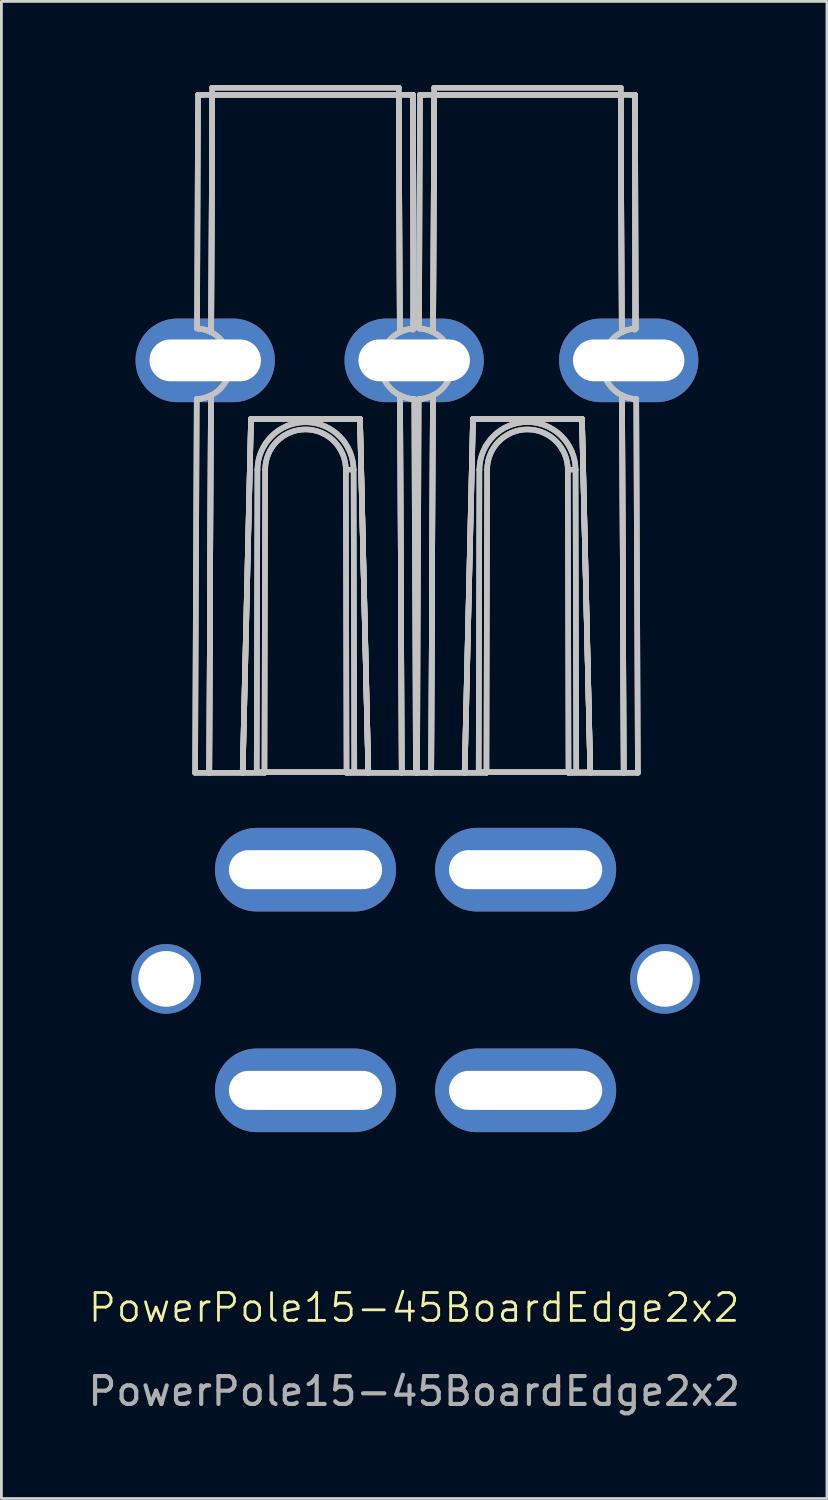
<source format=kicad_pcb>
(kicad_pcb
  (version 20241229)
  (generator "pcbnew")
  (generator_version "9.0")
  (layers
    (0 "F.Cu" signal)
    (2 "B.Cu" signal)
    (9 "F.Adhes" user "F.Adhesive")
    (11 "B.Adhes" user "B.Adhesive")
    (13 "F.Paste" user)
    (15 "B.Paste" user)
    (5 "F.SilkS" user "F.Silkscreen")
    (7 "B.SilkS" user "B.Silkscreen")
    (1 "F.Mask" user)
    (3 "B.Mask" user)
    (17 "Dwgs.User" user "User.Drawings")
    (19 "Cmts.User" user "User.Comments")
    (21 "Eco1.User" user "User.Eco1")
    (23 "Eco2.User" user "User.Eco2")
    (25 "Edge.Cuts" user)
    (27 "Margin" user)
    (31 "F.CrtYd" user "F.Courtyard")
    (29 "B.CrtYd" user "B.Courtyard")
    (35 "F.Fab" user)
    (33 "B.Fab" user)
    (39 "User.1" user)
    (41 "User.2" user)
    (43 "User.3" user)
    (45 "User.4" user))
  (footprint "PowerPole15-45BoardEdge2x2"
    (layer "F.Cu")
    (at 7.915 36.084)
    (property "Reference" "PowerPole15-45BoardEdge2x2" (at 3.9 7.8 0) (unlocked yes) (layer "F.SilkS") (effects (font (size 1 1) (thickness 0.1))))
    (attr board_only exclude_from_pos_files exclude_from_bom)
    (fp_line (start -3.962 -11.397) (end -3.904 -24.81) (stroke (width 0.2) (type default)) (layer "Dwgs.User"))
    (fp_line (start -3.962 -11.397) (end -3.454 -11.397) (stroke (width 0.2) (type default)) (layer "Dwgs.User"))
    (fp_line (start -3.962 -11.397) (end -3.454 -11.397) (stroke (width 0.2) (type default)) (layer "Dwgs.User"))
    (fp_line (start -3.904 -24.81) (end -3.962 -11.397) (stroke (width 0.2) (type default)) (layer "Dwgs.User"))
    (fp_line (start -3.893 -27.346) (end -3.856 -35.732) (stroke (width 0.2) (type default)) (layer "Dwgs.User"))
    (fp_line (start -3.865 -24.812) (end -3.755 -24.825) (stroke (width 0.2) (type default)) (layer "Dwgs.User"))
    (fp_line (start -3.856 -35.732) (end -3.893 -27.346) (stroke (width 0.2) (type default)) (layer "Dwgs.User"))
    (fp_line (start -3.854 -27.344) (end -3.745 -27.33) (stroke (width 0.2) (type default)) (layer "Dwgs.User"))
    (fp_line (start -3.756 -24.825) (end -3.865 -24.812) (stroke (width 0.2) (type default)) (layer "Dwgs.User"))
    (fp_line (start -3.755 -24.825) (end -3.585 -24.866) (stroke (width 0.2) (type default)) (layer "Dwgs.User"))
    (fp_line (start -3.745 -27.33) (end -3.575 -27.288) (stroke (width 0.2) (type default)) (layer "Dwgs.User"))
    (fp_line (start -3.744 -27.329) (end -3.854 -27.344) (stroke (width 0.2) (type default)) (layer "Dwgs.User"))
    (fp_line (start -3.707 -35.732) (end -3.856 -35.732) (stroke (width 0.2) (type default)) (layer "Dwgs.User"))
    (fp_line (start -3.707 -35.732) (end -3.856 -35.732) (stroke (width 0.2) (type default)) (layer "Dwgs.User"))
    (fp_line (start -3.586 -24.866) (end -3.756 -24.825) (stroke (width 0.2) (type default)) (layer "Dwgs.User"))
    (fp_line (start -3.585 -24.866) (end -3.395 -24.942) (stroke (width 0.2) (type default)) (layer "Dwgs.User"))
    (fp_line (start -3.575 -27.288) (end -3.385 -27.21) (stroke (width 0.2) (type default)) (layer "Dwgs.User"))
    (fp_line (start -3.575 -27.288) (end -3.744 -27.329) (stroke (width 0.2) (type default)) (layer "Dwgs.User"))
    (fp_line (start -3.454 -11.397) (end -3.395 -24.942) (stroke (width 0.2) (type default)) (layer "Dwgs.User"))
    (fp_line (start -3.454 -11.397) (end -2.255 -11.397) (stroke (width 0.2) (type default)) (layer "Dwgs.User"))
    (fp_line (start -3.454 -11.397) (end -3.395 -24.942) (stroke (width 0.2) (type default)) (layer "Dwgs.User"))
    (fp_line (start -3.395 -24.942) (end -3.586 -24.866) (stroke (width 0.2) (type default)) (layer "Dwgs.User"))
    (fp_line (start -3.395 -24.942) (end -3.454 -11.397) (stroke (width 0.2) (type default)) (layer "Dwgs.User"))
    (fp_line (start -3.395 -24.942) (end -3.454 -11.397) (stroke (width 0.2) (type default)) (layer "Dwgs.User"))
    (fp_line (start -3.385 -27.21) (end -3.575 -27.288) (stroke (width 0.2) (type default)) (layer "Dwgs.User"))
    (fp_line (start -3.385 -27.21) (end -3.348 -35.732) (stroke (width 0.2) (type default)) (layer "Dwgs.User"))
    (fp_line (start -3.385 -27.21) (end -3.348 -35.732) (stroke (width 0.2) (type default)) (layer "Dwgs.User"))
    (fp_line (start -3.348 -35.984) (end 3.348 -35.984) (stroke (width 0.2) (type default)) (layer "Dwgs.User"))
    (fp_line (start -3.348 -35.732) (end -3.707 -35.732) (stroke (width 0.2) (type default)) (layer "Dwgs.User"))
    (fp_line (start -3.348 -35.732) (end -3.385 -27.21) (stroke (width 0.2) (type default)) (layer "Dwgs.User"))
    (fp_line (start -3.348 -35.732) (end -3.348 -35.984) (stroke (width 0.2) (type default)) (layer "Dwgs.User"))
    (fp_line (start -3.348 -35.984) (end 3.348 -35.984) (stroke (width 0.2) (type default)) (layer "Dwgs.User"))
    (fp_line (start -3.348 -35.732) (end -3.707 -35.732) (stroke (width 0.2) (type default)) (layer "Dwgs.User"))
    (fp_line (start -3.348 -35.732) (end -3.385 -27.21) (stroke (width 0.2) (type default)) (layer "Dwgs.User"))
    (fp_line (start -3.348 -35.732) (end -3.348 -35.984) (stroke (width 0.2) (type default)) (layer "Dwgs.User"))
    (fp_line (start -3.348 -35.732) (end 3.348 -35.732) (stroke (width 0.2) (type default)) (layer "Dwgs.User"))
    (fp_line (start -2.255 -11.397) (end -1.956 -24.097) (stroke (width 0.2) (type default)) (layer "Dwgs.User"))
    (fp_line (start -2.255 -11.397) (end -1.473 -11.397) (stroke (width 0.2) (type default)) (layer "Dwgs.User"))
    (fp_line (start -2.255 -11.397) (end -3.454 -11.397) (stroke (width 0.2) (type default)) (layer "Dwgs.User"))
    (fp_line (start -2.255 -11.397) (end -1.956 -24.097) (stroke (width 0.2) (type default)) (layer "Dwgs.User"))
    (fp_line (start -1.956 -24.097) (end -2.255 -11.397) (stroke (width 0.2) (type default)) (layer "Dwgs.User"))
    (fp_line (start -1.956 -24.097) (end -2.255 -11.397) (stroke (width 0.2) (type default)) (layer "Dwgs.User"))
    (fp_line (start -1.956 -24.097) (end 1.956 -24.097) (stroke (width 0.2) (type default)) (layer "Dwgs.User"))
    (fp_line (start -1.956 -24.097) (end 1.956 -24.097) (stroke (width 0.2) (type default)) (layer "Dwgs.User"))
    (fp_line (start -1.751 -11.423) (end 2.254 -11.423) (stroke (width 0.2) (type default)) (layer "Dwgs.User"))
    (fp_line (start -1.751 -11.423) (end 1.751 -11.423) (stroke (width 0.2) (type default)) (layer "Dwgs.User"))
    (fp_line (start -1.726 -22.274) (end -1.751 -11.423) (stroke (width 0.2) (type default)) (layer "Dwgs.User"))
    (fp_line (start -1.726 -22.274) (end -1.751 -11.423) (stroke (width 0.2) (type default)) (layer "Dwgs.User"))
    (fp_line (start -1.726 -22.274) (end -1.726 -22.274) (stroke (width 0.2) (type default)) (layer "Dwgs.User"))
    (fp_line (start -1.651 -8.4) (end -1.651 -7.359) (stroke (width 0.2) (type default)) (layer "Dwgs.User"))
    (fp_line (start -1.651 -7.359) (end 1.651 -7.359) (stroke (width 0.2) (type default)) (layer "Dwgs.User"))
    (fp_line (start -1.651 -0.45) (end 1.651 -0.45) (stroke (width 0.2) (type default)) (layer "Dwgs.User"))
    (fp_line (start -1.651 0.592) (end -1.651 -0.45) (stroke (width 0.2) (type default)) (layer "Dwgs.User"))
    (fp_line (start -1.473 -11.397) (end -2.255 -11.397) (stroke (width 0.2) (type default)) (layer "Dwgs.User"))
    (fp_line (start -1.473 -11.397) (end -1.448 -22.273) (stroke (width 0.2) (type default)) (layer "Dwgs.User"))
    (fp_line (start -1.448 -22.273) (end -1.473 -11.397) (stroke (width 0.2) (type default)) (layer "Dwgs.User"))
    (fp_line (start 1.448 -22.273) (end 1.473 -11.397) (stroke (width 0.2) (type default)) (layer "Dwgs.User"))
    (fp_line (start 1.448 -22.273) (end 1.726 -22.274) (stroke (width 0.2) (type default)) (layer "Dwgs.User"))
    (fp_line (start 1.473 -11.397) (end 1.448 -22.273) (stroke (width 0.2) (type default)) (layer "Dwgs.User"))
    (fp_line (start 1.473 -11.397) (end 2.255 -11.397) (stroke (width 0.2) (type default)) (layer "Dwgs.User"))
    (fp_line (start 1.651 -8.4) (end -1.651 -8.4) (stroke (width 0.2) (type default)) (layer "Dwgs.User"))
    (fp_line (start 1.651 -7.359) (end 1.651 -8.4) (stroke (width 0.2) (type default)) (layer "Dwgs.User"))
    (fp_line (start 1.651 -0.45) (end 1.651 0.592) (stroke (width 0.2) (type default)) (layer "Dwgs.User"))
    (fp_line (start 1.651 0.592) (end -1.651 0.592) (stroke (width 0.2) (type default)) (layer "Dwgs.User"))
    (fp_line (start 1.751 -11.423) (end 1.473 -11.397) (stroke (width 0.2) (type default)) (layer "Dwgs.User"))
    (fp_line (start 1.751 -11.423) (end 1.726 -22.274) (stroke (width 0.2) (type default)) (layer "Dwgs.User"))
    (fp_line (start 1.751 -11.423) (end 1.726 -22.274) (stroke (width 0.2) (type default)) (layer "Dwgs.User"))
    (fp_line (start 1.956 -24.097) (end -1.956 -24.097) (stroke (width 0.2) (type default)) (layer "Dwgs.User"))
    (fp_line (start 1.956 -24.097) (end -1.956 -24.097) (stroke (width 0.2) (type default)) (layer "Dwgs.User"))
    (fp_line (start 1.956 -24.097) (end 2.255 -11.397) (stroke (width 0.2) (type default)) (layer "Dwgs.User"))
    (fp_line (start 1.956 -24.097) (end 2.255 -11.397) (stroke (width 0.2) (type default)) (layer "Dwgs.User"))
    (fp_line (start 1.956 -24.097) (end 2.255 -11.397) (stroke (width 0.2) (type default)) (layer "Dwgs.User"))
    (fp_line (start 2.254 -11.423) (end 1.956 -24.097) (stroke (width 0.2) (type default)) (layer "Dwgs.User"))
    (fp_line (start 2.255 -11.397) (end 1.473 -11.397) (stroke (width 0.2) (type default)) (layer "Dwgs.User"))
    (fp_line (start 2.255 -11.397) (end 1.956 -24.097) (stroke (width 0.2) (type default)) (layer "Dwgs.User"))
    (fp_line (start 2.255 -11.397) (end 3.454 -11.397) (stroke (width 0.2) (type default)) (layer "Dwgs.User"))
    (fp_line (start 3.348 -35.984) (end 3.348 -35.732) (stroke (width 0.2) (type default)) (layer "Dwgs.User"))
    (fp_line (start 3.348 -35.984) (end 3.348 -35.732) (stroke (width 0.2) (type default)) (layer "Dwgs.User"))
    (fp_line (start 3.348 -35.732) (end -3.348 -35.732) (stroke (width 0.2) (type default)) (layer "Dwgs.User"))
    (fp_line (start 3.348 -35.732) (end -3.348 -35.732) (stroke (width 0.2) (type default)) (layer "Dwgs.User"))
    (fp_line (start 3.348 -35.732) (end -3.348 -35.732) (stroke (width 0.2) (type default)) (layer "Dwgs.User"))
    (fp_line (start 3.348 -35.732) (end 3.385 -27.21) (stroke (width 0.2) (type default)) (layer "Dwgs.User"))
    (fp_line (start 3.348 -35.732) (end 3.385 -27.21) (stroke (width 0.2) (type default)) (layer "Dwgs.User"))
    (fp_line (start 3.385 -27.21) (end 3.348 -35.732) (stroke (width 0.2) (type default)) (layer "Dwgs.User"))
    (fp_line (start 3.385 -27.21) (end 3.348 -35.732) (stroke (width 0.2) (type default)) (layer "Dwgs.User"))
    (fp_line (start 3.385 -27.21) (end 3.575 -27.288) (stroke (width 0.2) (type default)) (layer "Dwgs.User"))
    (fp_line (start 3.395 -24.942) (end 3.454 -11.397) (stroke (width 0.2) (type default)) (layer "Dwgs.User"))
    (fp_line (start 3.395 -24.942) (end 3.454 -11.397) (stroke (width 0.2) (type default)) (layer "Dwgs.User"))
    (fp_line (start 3.395 -24.942) (end 3.585 -24.866) (stroke (width 0.2) (type default)) (layer "Dwgs.User"))
    (fp_line (start 3.454 -11.397) (end 2.255 -11.397) (stroke (width 0.2) (type default)) (layer "Dwgs.User"))
    (fp_line (start 3.454 -11.397) (end 3.395 -24.942) (stroke (width 0.2) (type default)) (layer "Dwgs.User"))
    (fp_line (start 3.454 -11.397) (end 3.395 -24.942) (stroke (width 0.2) (type default)) (layer "Dwgs.User"))
    (fp_line (start 3.454 -11.397) (end 3.962 -11.397) (stroke (width 0.2) (type default)) (layer "Dwgs.User"))
    (fp_line (start 3.454 -11.397) (end 3.962 -11.397) (stroke (width 0.2) (type default)) (layer "Dwgs.User"))
    (fp_line (start 3.575 -27.288) (end 3.385 -27.21) (stroke (width 0.2) (type default)) (layer "Dwgs.User"))
    (fp_line (start 3.575 -27.288) (end 3.745 -27.33) (stroke (width 0.2) (type default)) (layer "Dwgs.User"))
    (fp_line (start 3.585 -24.866) (end 3.755 -24.825) (stroke (width 0.2) (type default)) (layer "Dwgs.User"))
    (fp_line (start 3.586 -24.866) (end 3.395 -24.942) (stroke (width 0.2) (type default)) (layer "Dwgs.User"))
    (fp_line (start 3.707 -35.732) (end 3.348 -35.732) (stroke (width 0.2) (type default)) (layer "Dwgs.User"))
    (fp_line (start 3.707 -35.732) (end 3.348 -35.732) (stroke (width 0.2) (type default)) (layer "Dwgs.User"))
    (fp_line (start 3.745 -27.33) (end 3.575 -27.288) (stroke (width 0.2) (type default)) (layer "Dwgs.User"))
    (fp_line (start 3.745 -27.33) (end 3.854 -27.344) (stroke (width 0.2) (type default)) (layer "Dwgs.User"))
    (fp_line (start 3.755 -24.825) (end 3.865 -24.812) (stroke (width 0.2) (type default)) (layer "Dwgs.User"))
    (fp_line (start 3.756 -24.825) (end 3.586 -24.866) (stroke (width 0.2) (type default)) (layer "Dwgs.User"))
    (fp_line (start 3.854 -27.344) (end 3.745 -27.33) (stroke (width 0.2) (type default)) (layer "Dwgs.User"))
    (fp_line (start 3.855 -35.732) (end 3.856 -35.732) (stroke (width 0.2) (type default)) (layer "Dwgs.User"))
    (fp_line (start 3.855 -35.732) (end 3.707 -35.732) (stroke (width 0.2) (type default)) (layer "Dwgs.User"))
    (fp_line (start 3.855 -35.732) (end 3.855 -27.292) (stroke (width 0.2) (type default)) (layer "Dwgs.User"))
    (fp_line (start 3.856 -35.732) (end 3.707 -35.732) (stroke (width 0.2) (type default)) (layer "Dwgs.User"))
    (fp_line (start 3.856 -35.732) (end 3.893 -27.346) (stroke (width 0.2) (type default)) (layer "Dwgs.User"))
    (fp_line (start 3.865 -24.812) (end 3.756 -24.825) (stroke (width 0.2) (type default)) (layer "Dwgs.User"))
    (fp_line (start 3.893 -27.346) (end 3.856 -35.732) (stroke (width 0.2) (type default)) (layer "Dwgs.User"))
    (fp_line (start 3.904 -24.81) (end 3.962 -11.397) (stroke (width 0.2) (type default)) (layer "Dwgs.User"))
    (fp_line (start 3.962 -11.397) (end 3.904 -24.81) (stroke (width 0.2) (type default)) (layer "Dwgs.User"))
    (fp_line (start 4.004 -11.397) (end 4.063 -24.81) (stroke (width 0.2) (type default)) (layer "Dwgs.User"))
    (fp_line (start 4.004 -11.397) (end 4.512 -11.397) (stroke (width 0.2) (type default)) (layer "Dwgs.User"))
    (fp_line (start 4.004 -11.397) (end 4.512 -11.397) (stroke (width 0.2) (type default)) (layer "Dwgs.User"))
    (fp_line (start 4.063 -24.81) (end 4.004 -11.397) (stroke (width 0.2) (type default)) (layer "Dwgs.User"))
    (fp_line (start 4.074 -27.346) (end 4.111 -35.732) (stroke (width 0.2) (type default)) (layer "Dwgs.User"))
    (fp_line (start 4.102 -24.812) (end 4.212 -24.825) (stroke (width 0.2) (type default)) (layer "Dwgs.User"))
    (fp_line (start 4.111 -35.732) (end 4.074 -27.346) (stroke (width 0.2) (type default)) (layer "Dwgs.User"))
    (fp_line (start 4.113 -27.344) (end 4.222 -27.33) (stroke (width 0.2) (type default)) (layer "Dwgs.User"))
    (fp_line (start 4.211 -24.825) (end 4.102 -24.812) (stroke (width 0.2) (type default)) (layer "Dwgs.User"))
    (fp_line (start 4.212 -24.825) (end 4.382 -24.866) (stroke (width 0.2) (type default)) (layer "Dwgs.User"))
    (fp_line (start 4.222 -27.33) (end 4.392 -27.288) (stroke (width 0.2) (type default)) (layer "Dwgs.User"))
    (fp_line (start 4.223 -27.329) (end 4.113 -27.344) (stroke (width 0.2) (type default)) (layer "Dwgs.User"))
    (fp_line (start 4.259 -35.732) (end 4.111 -35.732) (stroke (width 0.2) (type default)) (layer "Dwgs.User"))
    (fp_line (start 4.259 -35.732) (end 4.111 -35.732) (stroke (width 0.2) (type default)) (layer "Dwgs.User"))
    (fp_line (start 4.381 -24.866) (end 4.211 -24.825) (stroke (width 0.2) (type default)) (layer "Dwgs.User"))
    (fp_line (start 4.382 -24.866) (end 4.572 -24.942) (stroke (width 0.2) (type default)) (layer "Dwgs.User"))
    (fp_line (start 4.392 -27.288) (end 4.581 -27.21) (stroke (width 0.2) (type default)) (layer "Dwgs.User"))
    (fp_line (start 4.392 -27.288) (end 4.223 -27.329) (stroke (width 0.2) (type default)) (layer "Dwgs.User"))
    (fp_line (start 4.512 -11.397) (end 4.572 -24.942) (stroke (width 0.2) (type default)) (layer "Dwgs.User"))
    (fp_line (start 4.512 -11.397) (end 5.712 -11.397) (stroke (width 0.2) (type default)) (layer "Dwgs.User"))
    (fp_line (start 4.512 -11.397) (end 4.572 -24.942) (stroke (width 0.2) (type default)) (layer "Dwgs.User"))
    (fp_line (start 4.572 -24.942) (end 4.381 -24.866) (stroke (width 0.2) (type default)) (layer "Dwgs.User"))
    (fp_line (start 4.572 -24.942) (end 4.512 -11.397) (stroke (width 0.2) (type default)) (layer "Dwgs.User"))
    (fp_line (start 4.572 -24.942) (end 4.512 -11.397) (stroke (width 0.2) (type default)) (layer "Dwgs.User"))
    (fp_line (start 4.581 -27.21) (end 4.392 -27.288) (stroke (width 0.2) (type default)) (layer "Dwgs.User"))
    (fp_line (start 4.581 -27.21) (end 4.619 -35.732) (stroke (width 0.2) (type default)) (layer "Dwgs.User"))
    (fp_line (start 4.581 -27.21) (end 4.619 -35.732) (stroke (width 0.2) (type default)) (layer "Dwgs.User"))
    (fp_line (start 4.619 -35.984) (end 11.315 -35.984) (stroke (width 0.2) (type default)) (layer "Dwgs.User"))
    (fp_line (start 4.619 -35.732) (end 4.259 -35.732) (stroke (width 0.2) (type default)) (layer "Dwgs.User"))
    (fp_line (start 4.619 -35.732) (end 4.581 -27.21) (stroke (width 0.2) (type default)) (layer "Dwgs.User"))
    (fp_line (start 4.619 -35.732) (end 4.619 -35.984) (stroke (width 0.2) (type default)) (layer "Dwgs.User"))
    (fp_line (start 4.619 -35.984) (end 11.315 -35.984) (stroke (width 0.2) (type default)) (layer "Dwgs.User"))
    (fp_line (start 4.619 -35.732) (end 4.259 -35.732) (stroke (width 0.2) (type default)) (layer "Dwgs.User"))
    (fp_line (start 4.619 -35.732) (end 4.581 -27.21) (stroke (width 0.2) (type default)) (layer "Dwgs.User"))
    (fp_line (start 4.619 -35.732) (end 4.619 -35.984) (stroke (width 0.2) (type default)) (layer "Dwgs.User"))
    (fp_line (start 4.619 -35.732) (end 11.315 -35.732) (stroke (width 0.2) (type default)) (layer "Dwgs.User"))
    (fp_line (start 5.712 -11.397) (end 6.011 -24.097) (stroke (width 0.2) (type default)) (layer "Dwgs.User"))
    (fp_line (start 5.712 -11.397) (end 6.494 -11.397) (stroke (width 0.2) (type default)) (layer "Dwgs.User"))
    (fp_line (start 5.712 -11.397) (end 4.512 -11.397) (stroke (width 0.2) (type default)) (layer "Dwgs.User"))
    (fp_line (start 5.712 -11.397) (end 6.011 -24.097) (stroke (width 0.2) (type default)) (layer "Dwgs.User"))
    (fp_line (start 6.011 -24.097) (end 5.712 -11.397) (stroke (width 0.2) (type default)) (layer "Dwgs.User"))
    (fp_line (start 6.011 -24.097) (end 5.712 -11.397) (stroke (width 0.2) (type default)) (layer "Dwgs.User"))
    (fp_line (start 6.011 -24.097) (end 9.923 -24.097) (stroke (width 0.2) (type default)) (layer "Dwgs.User"))
    (fp_line (start 6.011 -24.097) (end 9.923 -24.097) (stroke (width 0.2) (type default)) (layer "Dwgs.User"))
    (fp_line (start 6.216 -11.423) (end 10.221 -11.423) (stroke (width 0.2) (type default)) (layer "Dwgs.User"))
    (fp_line (start 6.216 -11.423) (end 9.718 -11.423) (stroke (width 0.2) (type default)) (layer "Dwgs.User"))
    (fp_line (start 6.241 -22.274) (end 6.216 -11.423) (stroke (width 0.2) (type default)) (layer "Dwgs.User"))
    (fp_line (start 6.241 -22.274) (end 6.216 -11.423) (stroke (width 0.2) (type default)) (layer "Dwgs.User"))
    (fp_line (start 6.241 -22.274) (end 6.241 -22.274) (stroke (width 0.2) (type default)) (layer "Dwgs.User"))
    (fp_line (start 6.316 -8.4) (end 6.316 -7.359) (stroke (width 0.2) (type default)) (layer "Dwgs.User"))
    (fp_line (start 6.316 -7.359) (end 9.618 -7.359) (stroke (width 0.2) (type default)) (layer "Dwgs.User"))
    (fp_line (start 6.316 -0.45) (end 9.618 -0.45) (stroke (width 0.2) (type default)) (layer "Dwgs.User"))
    (fp_line (start 6.316 0.592) (end 6.316 -0.45) (stroke (width 0.2) (type default)) (layer "Dwgs.User"))
    (fp_line (start 6.494 -11.397) (end 5.712 -11.397) (stroke (width 0.2) (type default)) (layer "Dwgs.User"))
    (fp_line (start 6.494 -11.397) (end 6.519 -22.273) (stroke (width 0.2) (type default)) (layer "Dwgs.User"))
    (fp_line (start 6.519 -22.273) (end 6.494 -11.397) (stroke (width 0.2) (type default)) (layer "Dwgs.User"))
    (fp_line (start 9.415 -22.273) (end 9.44 -11.397) (stroke (width 0.2) (type default)) (layer "Dwgs.User"))
    (fp_line (start 9.415 -22.273) (end 9.692 -22.274) (stroke (width 0.2) (type default)) (layer "Dwgs.User"))
    (fp_line (start 9.44 -11.397) (end 9.415 -22.273) (stroke (width 0.2) (type default)) (layer "Dwgs.User"))
    (fp_line (start 9.44 -11.397) (end 10.222 -11.397) (stroke (width 0.2) (type default)) (layer "Dwgs.User"))
    (fp_line (start 9.618 -8.4) (end 6.316 -8.4) (stroke (width 0.2) (type default)) (layer "Dwgs.User"))
    (fp_line (start 9.618 -7.359) (end 9.618 -8.4) (stroke (width 0.2) (type default)) (layer "Dwgs.User"))
    (fp_line (start 9.618 -0.45) (end 9.618 0.592) (stroke (width 0.2) (type default)) (layer "Dwgs.User"))
    (fp_line (start 9.618 0.592) (end 6.316 0.592) (stroke (width 0.2) (type default)) (layer "Dwgs.User"))
    (fp_line (start 9.718 -11.423) (end 9.44 -11.397) (stroke (width 0.2) (type default)) (layer "Dwgs.User"))
    (fp_line (start 9.718 -11.423) (end 9.692 -22.274) (stroke (width 0.2) (type default)) (layer "Dwgs.User"))
    (fp_line (start 9.718 -11.423) (end 9.692 -22.274) (stroke (width 0.2) (type default)) (layer "Dwgs.User"))
    (fp_line (start 9.923 -24.097) (end 6.011 -24.097) (stroke (width 0.2) (type default)) (layer "Dwgs.User"))
    (fp_line (start 9.923 -24.097) (end 6.011 -24.097) (stroke (width 0.2) (type default)) (layer "Dwgs.User"))
    (fp_line (start 9.923 -24.097) (end 10.222 -11.397) (stroke (width 0.2) (type default)) (layer "Dwgs.User"))
    (fp_line (start 9.923 -24.097) (end 10.222 -11.397) (stroke (width 0.2) (type default)) (layer "Dwgs.User"))
    (fp_line (start 9.923 -24.097) (end 10.222 -11.397) (stroke (width 0.2) (type default)) (layer "Dwgs.User"))
    (fp_line (start 10.221 -11.423) (end 9.923 -24.097) (stroke (width 0.2) (type default)) (layer "Dwgs.User"))
    (fp_line (start 10.222 -11.397) (end 9.44 -11.397) (stroke (width 0.2) (type default)) (layer "Dwgs.User"))
    (fp_line (start 10.222 -11.397) (end 9.923 -24.097) (stroke (width 0.2) (type default)) (layer "Dwgs.User"))
    (fp_line (start 10.222 -11.397) (end 11.421 -11.397) (stroke (width 0.2) (type default)) (layer "Dwgs.User"))
    (fp_line (start 11.315 -35.984) (end 11.315 -35.732) (stroke (width 0.2) (type default)) (layer "Dwgs.User"))
    (fp_line (start 11.315 -35.984) (end 11.315 -35.732) (stroke (width 0.2) (type default)) (layer "Dwgs.User"))
    (fp_line (start 11.315 -35.732) (end 4.619 -35.732) (stroke (width 0.2) (type default)) (layer "Dwgs.User"))
    (fp_line (start 11.315 -35.732) (end 4.619 -35.732) (stroke (width 0.2) (type default)) (layer "Dwgs.User"))
    (fp_line (start 11.315 -35.732) (end 4.619 -35.732) (stroke (width 0.2) (type default)) (layer "Dwgs.User"))
    (fp_line (start 11.315 -35.732) (end 11.352 -27.21) (stroke (width 0.2) (type default)) (layer "Dwgs.User"))
    (fp_line (start 11.315 -35.732) (end 11.352 -27.21) (stroke (width 0.2) (type default)) (layer "Dwgs.User"))
    (fp_line (start 11.352 -27.21) (end 11.315 -35.732) (stroke (width 0.2) (type default)) (layer "Dwgs.User"))
    (fp_line (start 11.352 -27.21) (end 11.315 -35.732) (stroke (width 0.2) (type default)) (layer "Dwgs.User"))
    (fp_line (start 11.352 -27.21) (end 11.542 -27.288) (stroke (width 0.2) (type default)) (layer "Dwgs.User"))
    (fp_line (start 11.362 -24.942) (end 11.421 -11.397) (stroke (width 0.2) (type default)) (layer "Dwgs.User"))
    (fp_line (start 11.362 -24.942) (end 11.421 -11.397) (stroke (width 0.2) (type default)) (layer "Dwgs.User"))
    (fp_line (start 11.362 -24.942) (end 11.552 -24.866) (stroke (width 0.2) (type default)) (layer "Dwgs.User"))
    (fp_line (start 11.421 -11.397) (end 10.222 -11.397) (stroke (width 0.2) (type default)) (layer "Dwgs.User"))
    (fp_line (start 11.421 -11.397) (end 11.362 -24.942) (stroke (width 0.2) (type default)) (layer "Dwgs.User"))
    (fp_line (start 11.421 -11.397) (end 11.362 -24.942) (stroke (width 0.2) (type default)) (layer "Dwgs.User"))
    (fp_line (start 11.421 -11.397) (end 11.929 -11.397) (stroke (width 0.2) (type default)) (layer "Dwgs.User"))
    (fp_line (start 11.421 -11.397) (end 11.929 -11.397) (stroke (width 0.2) (type default)) (layer "Dwgs.User"))
    (fp_line (start 11.542 -27.288) (end 11.352 -27.21) (stroke (width 0.2) (type default)) (layer "Dwgs.User"))
    (fp_line (start 11.542 -27.288) (end 11.712 -27.33) (stroke (width 0.2) (type default)) (layer "Dwgs.User"))
    (fp_line (start 11.552 -24.866) (end 11.722 -24.825) (stroke (width 0.2) (type default)) (layer "Dwgs.User"))
    (fp_line (start 11.553 -24.866) (end 11.362 -24.942) (stroke (width 0.2) (type default)) (layer "Dwgs.User"))
    (fp_line (start 11.674 -35.732) (end 11.315 -35.732) (stroke (width 0.2) (type default)) (layer "Dwgs.User"))
    (fp_line (start 11.674 -35.732) (end 11.315 -35.732) (stroke (width 0.2) (type default)) (layer "Dwgs.User"))
    (fp_line (start 11.712 -27.33) (end 11.542 -27.288) (stroke (width 0.2) (type default)) (layer "Dwgs.User"))
    (fp_line (start 11.712 -27.33) (end 11.821 -27.344) (stroke (width 0.2) (type default)) (layer "Dwgs.User"))
    (fp_line (start 11.722 -24.825) (end 11.832 -24.812) (stroke (width 0.2) (type default)) (layer "Dwgs.User"))
    (fp_line (start 11.723 -24.825) (end 11.553 -24.866) (stroke (width 0.2) (type default)) (layer "Dwgs.User"))
    (fp_line (start 11.821 -27.344) (end 11.712 -27.33) (stroke (width 0.2) (type default)) (layer "Dwgs.User"))
    (fp_line (start 11.822 -35.732) (end 11.823 -35.732) (stroke (width 0.2) (type default)) (layer "Dwgs.User"))
    (fp_line (start 11.822 -35.732) (end 11.674 -35.732) (stroke (width 0.2) (type default)) (layer "Dwgs.User"))
    (fp_line (start 11.822 -35.732) (end 11.822 -27.292) (stroke (width 0.2) (type default)) (layer "Dwgs.User"))
    (fp_line (start 11.823 -35.732) (end 11.674 -35.732) (stroke (width 0.2) (type default)) (layer "Dwgs.User"))
    (fp_line (start 11.823 -35.732) (end 11.86 -27.346) (stroke (width 0.2) (type default)) (layer "Dwgs.User"))
    (fp_line (start 11.832 -24.812) (end 11.723 -24.825) (stroke (width 0.2) (type default)) (layer "Dwgs.User"))
    (fp_line (start 11.86 -27.346) (end 11.823 -35.732) (stroke (width 0.2) (type default)) (layer "Dwgs.User"))
    (fp_line (start 11.871 -24.81) (end 11.929 -11.397) (stroke (width 0.2) (type default)) (layer "Dwgs.User"))
    (fp_line (start 11.929 -11.397) (end 11.871 -24.81) (stroke (width 0.2) (type default)) (layer "Dwgs.User"))
    (fp_arc (start -1.725546 -22.273766) (mid 0.000001 -23.995287) (end 1.725547 -22.273764) (stroke (width 0.2) (type default)) (layer "Dwgs.User"))
    (fp_arc (start -1.725546 -22.273764) (mid 0 -23.995286) (end 1.725547 -22.273765) (stroke (width 0.2) (type default)) (layer "Dwgs.User"))
    (fp_arc (start -1.4478 -22.273115) (mid 0 -23.717538) (end 1.4478 -22.273115) (stroke (width 0.2) (type default)) (layer "Dwgs.User"))
    (fp_arc (start -1.4478 -22.273115) (mid 0 -23.717538) (end 1.4478 -22.273115) (stroke (width 0.2) (type default)) (layer "Dwgs.User"))
    (fp_arc (start 6.241316 -22.273766) (mid 7.966863 -23.995287) (end 9.692409 -22.273764) (stroke (width 0.2) (type default)) (layer "Dwgs.User"))
    (fp_arc (start 6.241316 -22.273764) (mid 7.966862 -23.995286) (end 9.692409 -22.273765) (stroke (width 0.2) (type default)) (layer "Dwgs.User"))
    (fp_arc (start 6.519062 -22.273115) (mid 7.966862 -23.717538) (end 9.414662 -22.273115) (stroke (width 0.2) (type default)) (layer "Dwgs.User"))
    (fp_arc (start 6.519062 -22.273115) (mid 7.966862 -23.717538) (end 9.414662 -22.273115) (stroke (width 0.2) (type default)) (layer "Dwgs.User"))
    (fp_curve (pts (xy -3.904 -24.81) (xy -3.904 -24.81) (xy -3.891 -24.81) (xy -3.865 -24.812)) (stroke (width 0.2) (type default)) (layer "Dwgs.User"))
    (fp_curve (pts (xy -3.893 -27.346) (xy -3.893 -27.346) (xy -3.88 -27.346) (xy -3.854 -27.344)) (stroke (width 0.2) (type default)) (layer "Dwgs.User"))
    (fp_curve (pts (xy -3.865 -24.812) (xy -3.891 -24.81) (xy -3.904 -24.81) (xy -3.904 -24.81)) (stroke (width 0.2) (type default)) (layer "Dwgs.User"))
    (fp_curve (pts (xy -3.854 -27.344) (xy -3.88 -27.346) (xy -3.893 -27.346) (xy -3.893 -27.346)) (stroke (width 0.2) (type default)) (layer "Dwgs.User"))
    (fp_curve (pts (xy -3.395 -24.942) (xy -2.966 -25.156) (xy -2.695 -25.593) (xy -2.692 -26.073)) (stroke (width 0.2) (type default)) (layer "Dwgs.User"))
    (fp_curve (pts (xy -3.395 -24.942) (xy -2.966 -25.156) (xy -2.695 -25.593) (xy -2.692 -26.073)) (stroke (width 0.2) (type default)) (layer "Dwgs.User"))
    (fp_curve (pts (xy -2.692 -26.073) (xy -2.69 -26.552) (xy -2.958 -26.992) (xy -3.385 -27.21)) (stroke (width 0.2) (type default)) (layer "Dwgs.User"))
    (fp_curve (pts (xy -2.692 -26.073) (xy -2.69 -26.552) (xy -2.958 -26.992) (xy -3.385 -27.21)) (stroke (width 0.2) (type default)) (layer "Dwgs.User"))
    (fp_curve (pts (xy 2.692 -26.073) (xy 2.695 -25.593) (xy 2.966 -25.156) (xy 3.395 -24.942)) (stroke (width 0.2) (type default)) (layer "Dwgs.User"))
    (fp_curve (pts (xy 2.692 -26.073) (xy 2.695 -25.593) (xy 2.966 -25.156) (xy 3.395 -24.942)) (stroke (width 0.2) (type default)) (layer "Dwgs.User"))
    (fp_curve (pts (xy 3.385 -27.21) (xy 2.958 -26.992) (xy 2.69 -26.552) (xy 2.692 -26.073)) (stroke (width 0.2) (type default)) (layer "Dwgs.User"))
    (fp_curve (pts (xy 3.385 -27.21) (xy 2.958 -26.992) (xy 2.69 -26.552) (xy 2.692 -26.073)) (stroke (width 0.2) (type default)) (layer "Dwgs.User"))
    (fp_curve (pts (xy 3.854 -27.344) (xy 3.88 -27.346) (xy 3.893 -27.346) (xy 3.893 -27.346)) (stroke (width 0.2) (type default)) (layer "Dwgs.User"))
    (fp_curve (pts (xy 3.865 -24.812) (xy 3.891 -24.81) (xy 3.904 -24.81) (xy 3.904 -24.81)) (stroke (width 0.2) (type default)) (layer "Dwgs.User"))
    (fp_curve (pts (xy 3.893 -27.346) (xy 3.893 -27.346) (xy 3.88 -27.346) (xy 3.854 -27.344)) (stroke (width 0.2) (type default)) (layer "Dwgs.User"))
    (fp_curve (pts (xy 3.904 -24.81) (xy 3.904 -24.81) (xy 3.891 -24.81) (xy 3.865 -24.812)) (stroke (width 0.2) (type default)) (layer "Dwgs.User"))
    (fp_curve (pts (xy 4.063 -24.81) (xy 4.063 -24.81) (xy 4.076 -24.81) (xy 4.102 -24.812)) (stroke (width 0.2) (type default)) (layer "Dwgs.User"))
    (fp_curve (pts (xy 4.074 -27.346) (xy 4.074 -27.346) (xy 4.087 -27.346) (xy 4.113 -27.344)) (stroke (width 0.2) (type default)) (layer "Dwgs.User"))
    (fp_curve (pts (xy 4.102 -24.812) (xy 4.076 -24.81) (xy 4.063 -24.81) (xy 4.063 -24.81)) (stroke (width 0.2) (type default)) (layer "Dwgs.User"))
    (fp_curve (pts (xy 4.113 -27.344) (xy 4.087 -27.346) (xy 4.074 -27.346) (xy 4.074 -27.346)) (stroke (width 0.2) (type default)) (layer "Dwgs.User"))
    (fp_curve (pts (xy 4.572 -24.942) (xy 5.001 -25.156) (xy 5.272 -25.593) (xy 5.274 -26.073)) (stroke (width 0.2) (type default)) (layer "Dwgs.User"))
    (fp_curve (pts (xy 4.572 -24.942) (xy 5.001 -25.156) (xy 5.272 -25.593) (xy 5.274 -26.073)) (stroke (width 0.2) (type default)) (layer "Dwgs.User"))
    (fp_curve (pts (xy 5.274 -26.073) (xy 5.277 -26.552) (xy 5.009 -26.992) (xy 4.581 -27.21)) (stroke (width 0.2) (type default)) (layer "Dwgs.User"))
    (fp_curve (pts (xy 5.274 -26.073) (xy 5.277 -26.552) (xy 5.009 -26.992) (xy 4.581 -27.21)) (stroke (width 0.2) (type default)) (layer "Dwgs.User"))
    (fp_curve (pts (xy 10.659 -26.073) (xy 10.661 -25.593) (xy 10.933 -25.156) (xy 11.362 -24.942)) (stroke (width 0.2) (type default)) (layer "Dwgs.User"))
    (fp_curve (pts (xy 10.659 -26.073) (xy 10.661 -25.593) (xy 10.933 -25.156) (xy 11.362 -24.942)) (stroke (width 0.2) (type default)) (layer "Dwgs.User"))
    (fp_curve (pts (xy 11.352 -27.21) (xy 10.925 -26.992) (xy 10.657 -26.552) (xy 10.659 -26.073)) (stroke (width 0.2) (type default)) (layer "Dwgs.User"))
    (fp_curve (pts (xy 11.352 -27.21) (xy 10.925 -26.992) (xy 10.657 -26.552) (xy 10.659 -26.073)) (stroke (width 0.2) (type default)) (layer "Dwgs.User"))
    (fp_curve (pts (xy 11.821 -27.344) (xy 11.847 -27.346) (xy 11.86 -27.346) (xy 11.86 -27.346)) (stroke (width 0.2) (type default)) (layer "Dwgs.User"))
    (fp_curve (pts (xy 11.832 -24.812) (xy 11.858 -24.81) (xy 11.871 -24.81) (xy 11.871 -24.81)) (stroke (width 0.2) (type default)) (layer "Dwgs.User"))
    (fp_curve (pts (xy 11.86 -27.346) (xy 11.86 -27.346) (xy 11.847 -27.346) (xy 11.821 -27.344)) (stroke (width 0.2) (type default)) (layer "Dwgs.User"))
    (fp_curve (pts (xy 11.871 -24.81) (xy 11.871 -24.81) (xy 11.858 -24.81) (xy 11.832 -24.812)) (stroke (width 0.2) (type default)) (layer "Dwgs.User"))
    (fp_text user "${REFERENCE}" (at 3.9 10.8 0) (unlocked yes) (layer "F.Fab") (effects (font (size 1 1) (thickness 0.15))))
    (pad "" np_thru_hole oval (at -5 -4) (size 2.5 2.5) (drill oval 2) (layers "*.Cu" "*.Mask"))
    (pad "" thru_hole oval (at -3.6 -26.2) (size 5 3) (drill oval 4 1.5) (layers "*.Cu" "*.Mask"))
    (pad "" thru_hole oval (at 3.9 -26.2) (size 5 3) (drill oval 4 1.5) (layers "*.Cu" "*.Mask"))
    (pad "" thru_hole oval (at 11.6 -26.2) (size 5 3) (drill oval 4 1.5) (layers "*.Cu" "*.Mask"))
    (pad "" np_thru_hole oval (at 12.9 -4) (size 2.5 2.5) (drill oval 2) (layers "*.Cu" "*.Mask"))
    (pad "1" thru_hole oval (at 0 -7.92) (size 6.5 3) (drill oval 5.5 1.4) (layers "*.Cu" "*.Mask"))
    (pad "2" thru_hole oval (at 7.9 -7.92) (size 6.5 3) (drill oval 5.5 1.4) (layers "*.Cu" "*.Mask"))
    (pad "3" thru_hole oval (at 0 0) (size 6.5 3) (drill oval 5.5 1.4) (layers "*.Cu" "*.Mask"))
    (pad "4" thru_hole oval (at 7.9 0) (size 6.5 3) (drill oval 5.5 1.4) (layers "*.Cu" "*.Mask")))
  (gr_rect
    (start -3 -3)
    (end 26.631 50.733)
    (stroke (width 0.1) (type default))
    (fill no)
    (layer "Edge.Cuts")))
</source>
